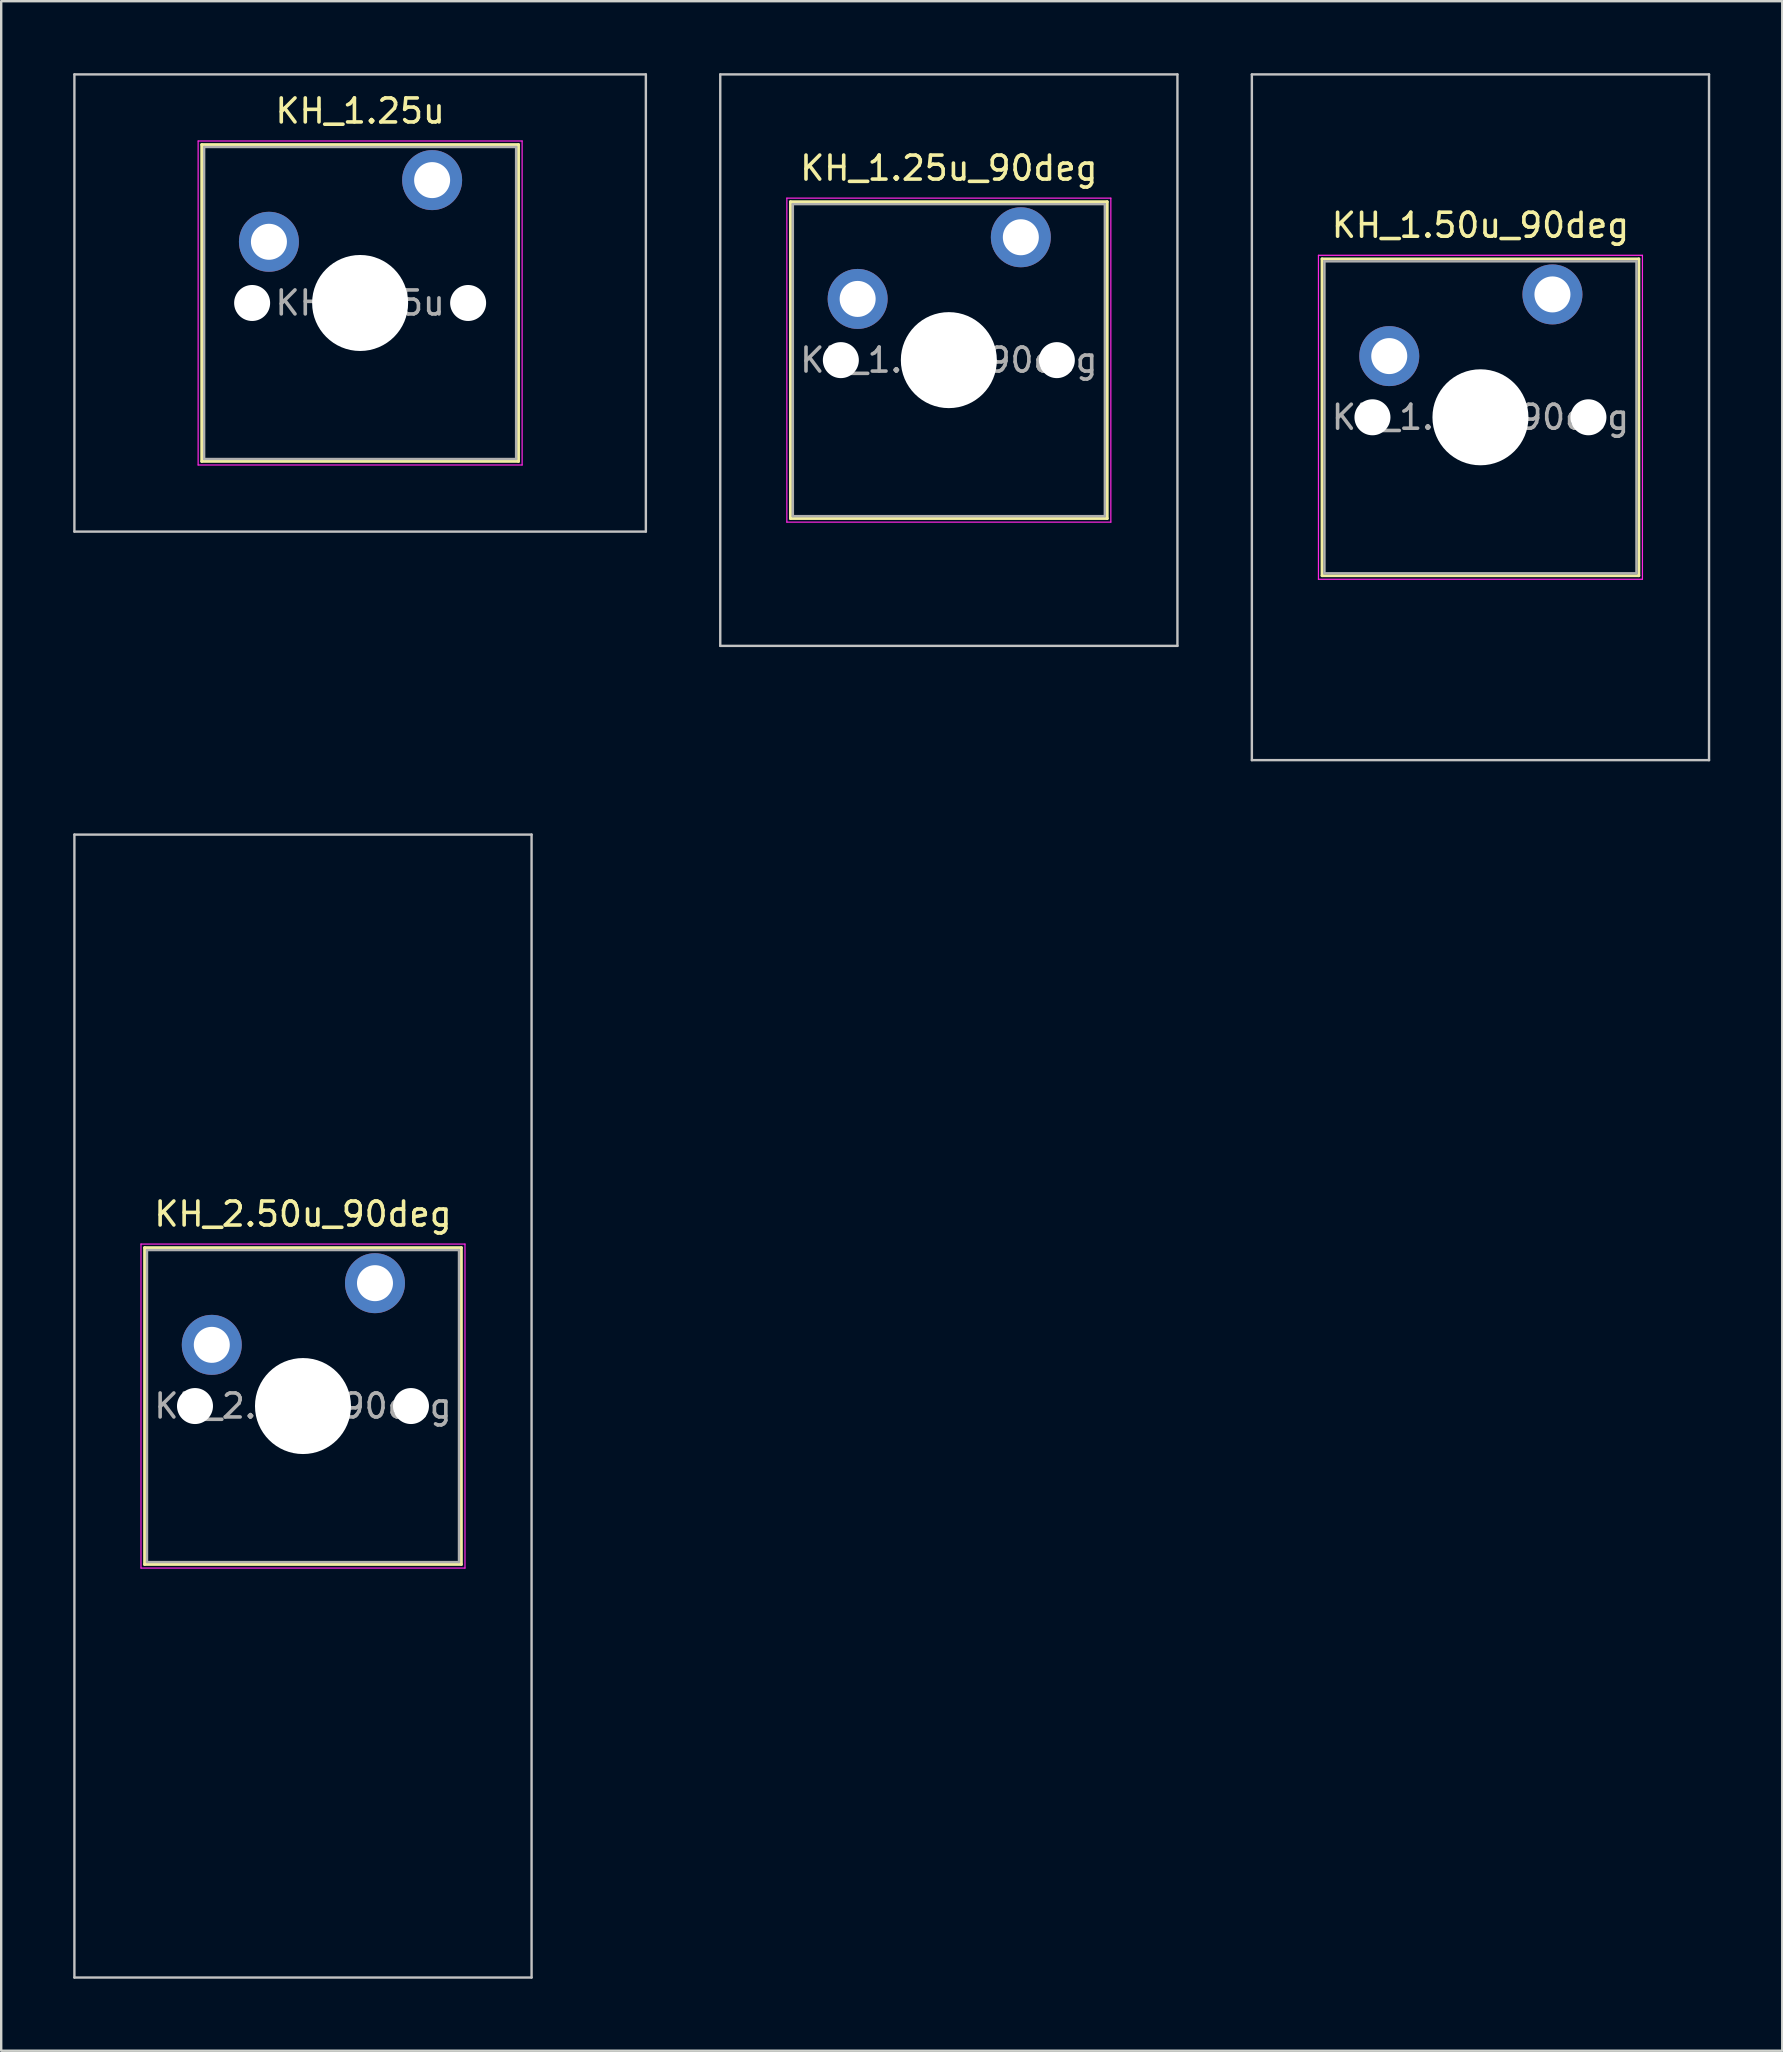
<source format=kicad_pcb>
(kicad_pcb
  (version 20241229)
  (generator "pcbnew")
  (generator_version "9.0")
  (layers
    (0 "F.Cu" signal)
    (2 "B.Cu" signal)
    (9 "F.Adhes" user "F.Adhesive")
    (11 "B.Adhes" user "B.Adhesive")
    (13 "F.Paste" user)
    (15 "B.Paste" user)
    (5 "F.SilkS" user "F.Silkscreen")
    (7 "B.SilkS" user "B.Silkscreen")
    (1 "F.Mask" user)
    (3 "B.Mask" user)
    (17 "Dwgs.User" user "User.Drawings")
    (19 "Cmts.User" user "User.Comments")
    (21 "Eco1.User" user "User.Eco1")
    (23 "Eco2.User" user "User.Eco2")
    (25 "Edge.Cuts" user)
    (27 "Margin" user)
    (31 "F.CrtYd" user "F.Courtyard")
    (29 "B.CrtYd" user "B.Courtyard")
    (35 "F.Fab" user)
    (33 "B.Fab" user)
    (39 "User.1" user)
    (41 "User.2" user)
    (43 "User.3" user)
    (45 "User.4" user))
  (footprint "KH_1.50u_90deg"
    (layer "F.Cu")
    (at 58.638 14.338)
    (property "Reference" "KH_1.50u_90deg" (at 0 -8 0) (layer "F.SilkS") (effects (font (size 1 1) (thickness 0.15))))
    (attr through_hole)
    (fp_line (start -6.6 -6.6) (end -6.6 6.6) (stroke (width 0.12) (type solid)) (layer "F.SilkS"))
    (fp_line (start -6.6 6.6) (end 6.6 6.6) (stroke (width 0.12) (type solid)) (layer "F.SilkS"))
    (fp_line (start 6.6 -6.6) (end -6.6 -6.6) (stroke (width 0.12) (type solid)) (layer "F.SilkS"))
    (fp_line (start 6.6 6.6) (end 6.6 -6.6) (stroke (width 0.12) (type solid)) (layer "F.SilkS"))
    (fp_line (start -9.525 -14.287) (end 9.525 -14.287) (stroke (width 0.1) (type solid)) (layer "Dwgs.User"))
    (fp_line (start -9.525 14.287) (end -9.525 -14.287) (stroke (width 0.1) (type solid)) (layer "Dwgs.User"))
    (fp_line (start 9.525 -14.287) (end 9.525 14.287) (stroke (width 0.1) (type solid)) (layer "Dwgs.User"))
    (fp_line (start 9.525 14.287) (end -9.525 14.287) (stroke (width 0.1) (type solid)) (layer "Dwgs.User"))
    (fp_line (start -6.1 -6.1) (end -6.1 6.1) (stroke (width 0.1) (type solid)) (layer "Eco1.User"))
    (fp_line (start -6.1 6.1) (end 6.1 6.1) (stroke (width 0.1) (type solid)) (layer "Eco1.User"))
    (fp_line (start 6.1 -6.1) (end -6.1 -6.1) (stroke (width 0.1) (type solid)) (layer "Eco1.User"))
    (fp_line (start 6.1 6.1) (end 6.1 -6.1) (stroke (width 0.1) (type solid)) (layer "Eco1.User"))
    (fp_line (start -6.75 -6.75) (end -6.75 6.75) (stroke (width 0.05) (type solid)) (layer "F.CrtYd"))
    (fp_line (start -6.75 6.75) (end 6.75 6.75) (stroke (width 0.05) (type solid)) (layer "F.CrtYd"))
    (fp_line (start 6.75 -6.75) (end -6.75 -6.75) (stroke (width 0.05) (type solid)) (layer "F.CrtYd"))
    (fp_line (start 6.75 6.75) (end 6.75 -6.75) (stroke (width 0.05) (type solid)) (layer "F.CrtYd"))
    (fp_line (start -6.5 -6.5) (end -6.5 6.5) (stroke (width 0.1) (type solid)) (layer "F.Fab"))
    (fp_line (start -6.5 6.5) (end 6.5 6.5) (stroke (width 0.1) (type solid)) (layer "F.Fab"))
    (fp_line (start 6.5 -6.5) (end -6.5 -6.5) (stroke (width 0.1) (type solid)) (layer "F.Fab"))
    (fp_line (start 6.5 6.5) (end 6.5 -6.5) (stroke (width 0.1) (type solid)) (layer "F.Fab"))
    (fp_text user "${REFERENCE}" (at 0 0 0) (layer "F.Fab") (effects (font (size 1 1) (thickness 0.15))))
    (pad "" np_thru_hole circle (at -4.5 0) (size 1.5 1.5) (drill 1.5) (layers "*.Cu" "*.Mask"))
    (pad "" np_thru_hole circle (at 0 0) (size 4 4) (drill 4) (layers "*.Cu" "*.Mask"))
    (pad "" np_thru_hole circle (at 4.5 0) (size 1.5 1.5) (drill 1.5) (layers "*.Cu" "*.Mask"))
    (pad "1" thru_hole circle (at -3.8 -2.55) (size 2.5 2.5) (drill 1.5) (layers "*.Cu" "*.Mask"))
    (pad "2" thru_hole circle (at 3 -5.12) (size 2.5 2.5) (drill 1.5) (layers "*.Cu" "*.Mask")))
  (footprint "KH_1.25u"
    (layer "F.Cu")
    (at 11.956 9.575)
    (property "Reference" "KH_1.25u" (at 0 -8 0) (layer "F.SilkS") (effects (font (size 1 1) (thickness 0.15))))
    (attr through_hole)
    (fp_line (start -6.6 -6.6) (end -6.6 6.6) (stroke (width 0.12) (type solid)) (layer "F.SilkS"))
    (fp_line (start -6.6 6.6) (end 6.6 6.6) (stroke (width 0.12) (type solid)) (layer "F.SilkS"))
    (fp_line (start 6.6 -6.6) (end -6.6 -6.6) (stroke (width 0.12) (type solid)) (layer "F.SilkS"))
    (fp_line (start 6.6 6.6) (end 6.6 -6.6) (stroke (width 0.12) (type solid)) (layer "F.SilkS"))
    (fp_line (start -11.906 -9.525) (end -11.906 9.525) (stroke (width 0.1) (type solid)) (layer "Dwgs.User"))
    (fp_line (start -11.906 9.525) (end 11.906 9.525) (stroke (width 0.1) (type solid)) (layer "Dwgs.User"))
    (fp_line (start 11.906 -9.525) (end -11.906 -9.525) (stroke (width 0.1) (type solid)) (layer "Dwgs.User"))
    (fp_line (start 11.906 9.525) (end 11.906 -9.525) (stroke (width 0.1) (type solid)) (layer "Dwgs.User"))
    (fp_line (start -6.1 -6.1) (end -6.1 6.1) (stroke (width 0.1) (type solid)) (layer "Eco1.User"))
    (fp_line (start -6.1 6.1) (end 6.1 6.1) (stroke (width 0.1) (type solid)) (layer "Eco1.User"))
    (fp_line (start 6.1 -6.1) (end -6.1 -6.1) (stroke (width 0.1) (type solid)) (layer "Eco1.User"))
    (fp_line (start 6.1 6.1) (end 6.1 -6.1) (stroke (width 0.1) (type solid)) (layer "Eco1.User"))
    (fp_line (start -6.75 -6.75) (end -6.75 6.75) (stroke (width 0.05) (type solid)) (layer "F.CrtYd"))
    (fp_line (start -6.75 6.75) (end 6.75 6.75) (stroke (width 0.05) (type solid)) (layer "F.CrtYd"))
    (fp_line (start 6.75 -6.75) (end -6.75 -6.75) (stroke (width 0.05) (type solid)) (layer "F.CrtYd"))
    (fp_line (start 6.75 6.75) (end 6.75 -6.75) (stroke (width 0.05) (type solid)) (layer "F.CrtYd"))
    (fp_line (start -6.5 -6.5) (end -6.5 6.5) (stroke (width 0.1) (type solid)) (layer "F.Fab"))
    (fp_line (start -6.5 6.5) (end 6.5 6.5) (stroke (width 0.1) (type solid)) (layer "F.Fab"))
    (fp_line (start 6.5 -6.5) (end -6.5 -6.5) (stroke (width 0.1) (type solid)) (layer "F.Fab"))
    (fp_line (start 6.5 6.5) (end 6.5 -6.5) (stroke (width 0.1) (type solid)) (layer "F.Fab"))
    (fp_text user "${REFERENCE}" (at 0 0 0) (layer "F.Fab") (effects (font (size 1 1) (thickness 0.15))))
    (pad "" np_thru_hole circle (at -4.5 0) (size 1.5 1.5) (drill 1.5) (layers "*.Cu" "*.Mask"))
    (pad "" np_thru_hole circle (at 0 0) (size 4 4) (drill 4) (layers "*.Cu" "*.Mask"))
    (pad "" np_thru_hole circle (at 4.5 0) (size 1.5 1.5) (drill 1.5) (layers "*.Cu" "*.Mask"))
    (pad "1" thru_hole circle (at -3.8 -2.55) (size 2.5 2.5) (drill 1.5) (layers "*.Cu" "*.Mask"))
    (pad "2" thru_hole circle (at 3 -5.12) (size 2.5 2.5) (drill 1.5) (layers "*.Cu" "*.Mask")))
  (footprint "KH_2.50u_90deg"
    (layer "F.Cu")
    (at 9.575 55.538)
    (property "Reference" "KH_2.50u_90deg" (at 0 -8 0) (layer "F.SilkS") (effects (font (size 1 1) (thickness 0.15))))
    (attr through_hole)
    (fp_line (start -6.6 -6.6) (end -6.6 6.6) (stroke (width 0.12) (type solid)) (layer "F.SilkS"))
    (fp_line (start -6.6 6.6) (end 6.6 6.6) (stroke (width 0.12) (type solid)) (layer "F.SilkS"))
    (fp_line (start 6.6 -6.6) (end -6.6 -6.6) (stroke (width 0.12) (type solid)) (layer "F.SilkS"))
    (fp_line (start 6.6 6.6) (end 6.6 -6.6) (stroke (width 0.12) (type solid)) (layer "F.SilkS"))
    (fp_line (start -9.525 -23.812) (end 9.525 -23.812) (stroke (width 0.1) (type solid)) (layer "Dwgs.User"))
    (fp_line (start -9.525 23.812) (end -9.525 -23.812) (stroke (width 0.1) (type solid)) (layer "Dwgs.User"))
    (fp_line (start 9.525 -23.812) (end 9.525 23.812) (stroke (width 0.1) (type solid)) (layer "Dwgs.User"))
    (fp_line (start 9.525 23.812) (end -9.525 23.812) (stroke (width 0.1) (type solid)) (layer "Dwgs.User"))
    (fp_line (start -6.1 -6.1) (end -6.1 6.1) (stroke (width 0.1) (type solid)) (layer "Eco1.User"))
    (fp_line (start -6.1 6.1) (end 6.1 6.1) (stroke (width 0.1) (type solid)) (layer "Eco1.User"))
    (fp_line (start 6.1 -6.1) (end -6.1 -6.1) (stroke (width 0.1) (type solid)) (layer "Eco1.User"))
    (fp_line (start 6.1 6.1) (end 6.1 -6.1) (stroke (width 0.1) (type solid)) (layer "Eco1.User"))
    (fp_line (start -6.75 -6.75) (end -6.75 6.75) (stroke (width 0.05) (type solid)) (layer "F.CrtYd"))
    (fp_line (start -6.75 6.75) (end 6.75 6.75) (stroke (width 0.05) (type solid)) (layer "F.CrtYd"))
    (fp_line (start 6.75 -6.75) (end -6.75 -6.75) (stroke (width 0.05) (type solid)) (layer "F.CrtYd"))
    (fp_line (start 6.75 6.75) (end 6.75 -6.75) (stroke (width 0.05) (type solid)) (layer "F.CrtYd"))
    (fp_line (start -6.5 -6.5) (end -6.5 6.5) (stroke (width 0.1) (type solid)) (layer "F.Fab"))
    (fp_line (start -6.5 6.5) (end 6.5 6.5) (stroke (width 0.1) (type solid)) (layer "F.Fab"))
    (fp_line (start 6.5 -6.5) (end -6.5 -6.5) (stroke (width 0.1) (type solid)) (layer "F.Fab"))
    (fp_line (start 6.5 6.5) (end 6.5 -6.5) (stroke (width 0.1) (type solid)) (layer "F.Fab"))
    (fp_text user "${REFERENCE}" (at 0 0 0) (layer "F.Fab") (effects (font (size 1 1) (thickness 0.15))))
    (pad "" np_thru_hole circle (at -4.5 0) (size 1.5 1.5) (drill 1.5) (layers "*.Cu" "*.Mask"))
    (pad "" np_thru_hole circle (at 0 0) (size 4 4) (drill 4) (layers "*.Cu" "*.Mask"))
    (pad "" np_thru_hole circle (at 4.5 0) (size 1.5 1.5) (drill 1.5) (layers "*.Cu" "*.Mask"))
    (pad "1" thru_hole circle (at -3.8 -2.55) (size 2.5 2.5) (drill 1.5) (layers "*.Cu" "*.Mask"))
    (pad "2" thru_hole circle (at 3 -5.12) (size 2.5 2.5) (drill 1.5) (layers "*.Cu" "*.Mask")))
  (footprint "KH_1.25u_90deg"
    (layer "F.Cu")
    (at 36.487 11.956)
    (property "Reference" "KH_1.25u_90deg" (at 0 -8 0) (layer "F.SilkS") (effects (font (size 1 1) (thickness 0.15))))
    (attr through_hole)
    (fp_line (start -6.6 -6.6) (end -6.6 6.6) (stroke (width 0.12) (type solid)) (layer "F.SilkS"))
    (fp_line (start -6.6 6.6) (end 6.6 6.6) (stroke (width 0.12) (type solid)) (layer "F.SilkS"))
    (fp_line (start 6.6 -6.6) (end -6.6 -6.6) (stroke (width 0.12) (type solid)) (layer "F.SilkS"))
    (fp_line (start 6.6 6.6) (end 6.6 -6.6) (stroke (width 0.12) (type solid)) (layer "F.SilkS"))
    (fp_line (start -9.525 -11.906) (end 9.525 -11.906) (stroke (width 0.1) (type solid)) (layer "Dwgs.User"))
    (fp_line (start -9.525 11.906) (end -9.525 -11.906) (stroke (width 0.1) (type solid)) (layer "Dwgs.User"))
    (fp_line (start 9.525 -11.906) (end 9.525 11.906) (stroke (width 0.1) (type solid)) (layer "Dwgs.User"))
    (fp_line (start 9.525 11.906) (end -9.525 11.906) (stroke (width 0.1) (type solid)) (layer "Dwgs.User"))
    (fp_line (start -6.1 -6.1) (end -6.1 6.1) (stroke (width 0.1) (type solid)) (layer "Eco1.User"))
    (fp_line (start -6.1 6.1) (end 6.1 6.1) (stroke (width 0.1) (type solid)) (layer "Eco1.User"))
    (fp_line (start 6.1 -6.1) (end -6.1 -6.1) (stroke (width 0.1) (type solid)) (layer "Eco1.User"))
    (fp_line (start 6.1 6.1) (end 6.1 -6.1) (stroke (width 0.1) (type solid)) (layer "Eco1.User"))
    (fp_line (start -6.75 -6.75) (end -6.75 6.75) (stroke (width 0.05) (type solid)) (layer "F.CrtYd"))
    (fp_line (start -6.75 6.75) (end 6.75 6.75) (stroke (width 0.05) (type solid)) (layer "F.CrtYd"))
    (fp_line (start 6.75 -6.75) (end -6.75 -6.75) (stroke (width 0.05) (type solid)) (layer "F.CrtYd"))
    (fp_line (start 6.75 6.75) (end 6.75 -6.75) (stroke (width 0.05) (type solid)) (layer "F.CrtYd"))
    (fp_line (start -6.5 -6.5) (end -6.5 6.5) (stroke (width 0.1) (type solid)) (layer "F.Fab"))
    (fp_line (start -6.5 6.5) (end 6.5 6.5) (stroke (width 0.1) (type solid)) (layer "F.Fab"))
    (fp_line (start 6.5 -6.5) (end -6.5 -6.5) (stroke (width 0.1) (type solid)) (layer "F.Fab"))
    (fp_line (start 6.5 6.5) (end 6.5 -6.5) (stroke (width 0.1) (type solid)) (layer "F.Fab"))
    (fp_text user "${REFERENCE}" (at 0 0 0) (layer "F.Fab") (effects (font (size 1 1) (thickness 0.15))))
    (pad "" np_thru_hole circle (at -4.5 0) (size 1.5 1.5) (drill 1.5) (layers "*.Cu" "*.Mask"))
    (pad "" np_thru_hole circle (at 0 0) (size 4 4) (drill 4) (layers "*.Cu" "*.Mask"))
    (pad "" np_thru_hole circle (at 4.5 0) (size 1.5 1.5) (drill 1.5) (layers "*.Cu" "*.Mask"))
    (pad "1" thru_hole circle (at -3.8 -2.55) (size 2.5 2.5) (drill 1.5) (layers "*.Cu" "*.Mask"))
    (pad "2" thru_hole circle (at 3 -5.12) (size 2.5 2.5) (drill 1.5) (layers "*.Cu" "*.Mask")))
  (gr_rect
    (start -3 -3)
    (end 71.213 82.4)
    (stroke (width 0.1) (type default))
    (fill no)
    (layer "Edge.Cuts")))
</source>
